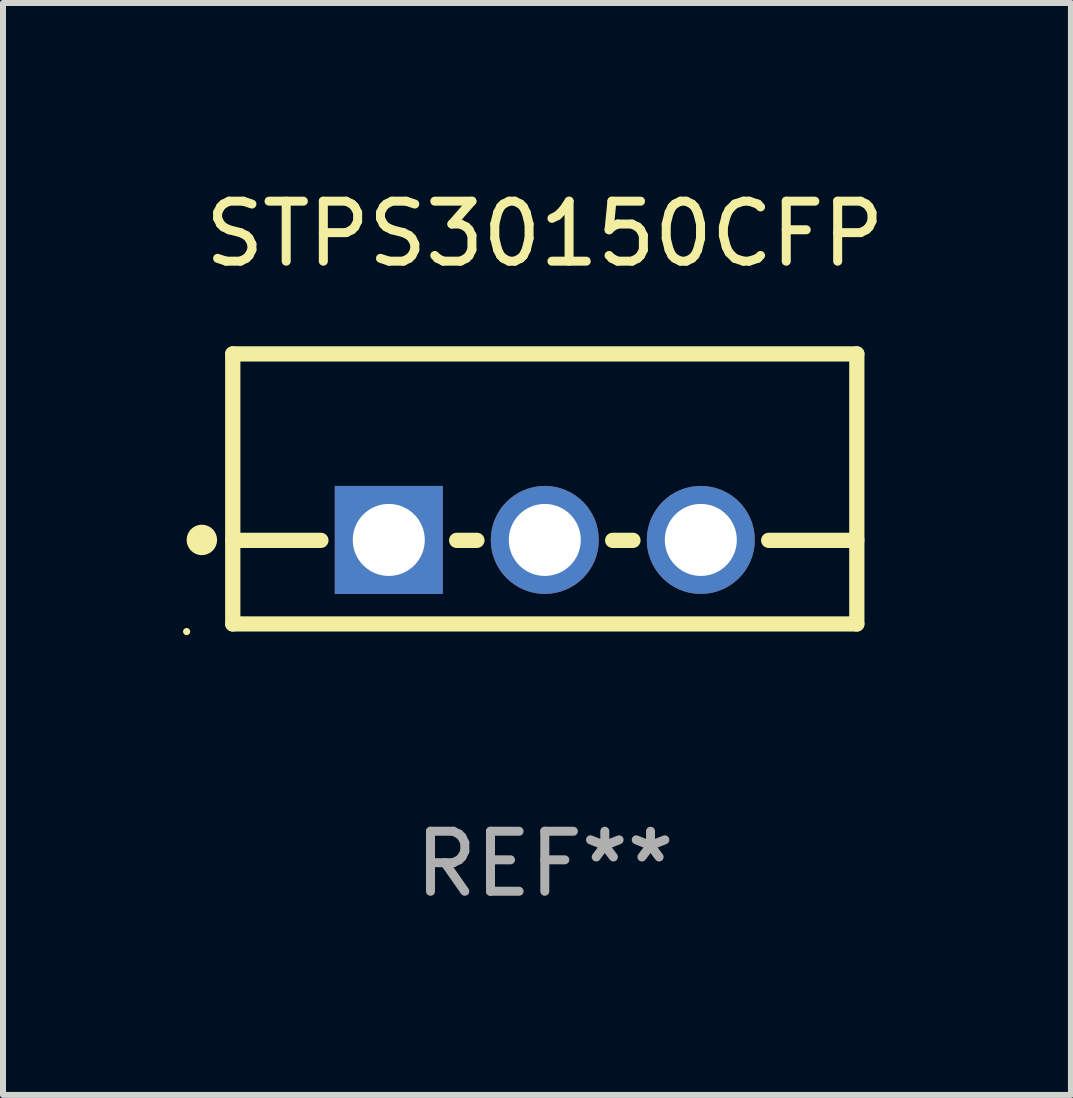
<source format=kicad_pcb>
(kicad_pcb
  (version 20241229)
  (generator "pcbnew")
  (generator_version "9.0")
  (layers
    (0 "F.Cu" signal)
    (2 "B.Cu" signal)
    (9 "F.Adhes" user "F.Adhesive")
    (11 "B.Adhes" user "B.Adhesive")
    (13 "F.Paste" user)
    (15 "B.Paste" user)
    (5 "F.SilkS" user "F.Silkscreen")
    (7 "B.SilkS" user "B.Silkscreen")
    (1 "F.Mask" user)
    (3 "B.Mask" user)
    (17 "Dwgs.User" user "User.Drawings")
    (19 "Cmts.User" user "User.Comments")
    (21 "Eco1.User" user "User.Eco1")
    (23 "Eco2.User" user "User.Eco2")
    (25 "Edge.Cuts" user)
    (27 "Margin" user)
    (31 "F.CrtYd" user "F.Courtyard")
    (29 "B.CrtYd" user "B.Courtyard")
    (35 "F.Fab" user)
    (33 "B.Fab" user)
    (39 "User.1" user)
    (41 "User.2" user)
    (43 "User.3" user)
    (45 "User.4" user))
  (footprint "STPS30150CFP"
    (layer "F.Cu")
    (at 6.029 5.098)
    (property "Reference" "STPS30150CFP" (at 0 -4.25 0) (layer "F.SilkS") (effects (font (size 1 1) (thickness 0.15))))
    (attr through_hole)
    (fp_line (start -5.2 -2.25) (end -5.2 2.25) (stroke (width 0.254) (type solid)) (layer "F.SilkS"))
    (fp_line (start -5.2 -2.25) (end 5.2 -2.25) (stroke (width 0.254) (type solid)) (layer "F.SilkS"))
    (fp_line (start -5.2 0.857) (end -3.731 0.857) (stroke (width 0.254) (type solid)) (layer "F.SilkS"))
    (fp_line (start -5.2 2.25) (end 5.2 2.25) (stroke (width 0.254) (type solid)) (layer "F.SilkS"))
    (fp_line (start -1.469 0.857) (end -1.131 0.857) (stroke (width 0.254) (type solid)) (layer "F.SilkS"))
    (fp_line (start 1.131 0.857) (end 1.469 0.857) (stroke (width 0.254) (type solid)) (layer "F.SilkS"))
    (fp_line (start 3.731 0.857) (end 5.2 0.857) (stroke (width 0.254) (type solid)) (layer "F.SilkS"))
    (fp_line (start 5.2 -2.25) (end 5.2 2.25) (stroke (width 0.254) (type solid)) (layer "F.SilkS"))
    (fp_circle (center -5.969 2.377) (end -5.939 2.377) (stroke (width 0.06) (type solid)) (fill no) (layer "F.SilkS"))
    (fp_circle (center -5.715 0.85) (end -5.588 0.85) (stroke (width 0.254) (type solid)) (fill no) (layer "F.SilkS"))
    (fp_text user "REF**" (at 0 6.25 0) (layer "F.Fab") (effects (font (size 1 1) (thickness 0.15))))
    (pad "1" thru_hole rect (at -2.6 0.85) (size 1.8 1.8) (drill 1.2) (layers "*.Cu" "*.Mask"))
    (pad "2" thru_hole circle (at 0 0.85) (size 1.8 1.8) (drill 1.2) (layers "*.Cu" "*.Mask"))
    (pad "3" thru_hole circle (at 2.6 0.85) (size 1.8 1.8) (drill 1.2) (layers "*.Cu" "*.Mask")))
  (gr_rect
    (start -3 -3)
    (end 14.797 15.197)
    (stroke (width 0.1) (type default))
    (fill no)
    (layer "Edge.Cuts")))
</source>
